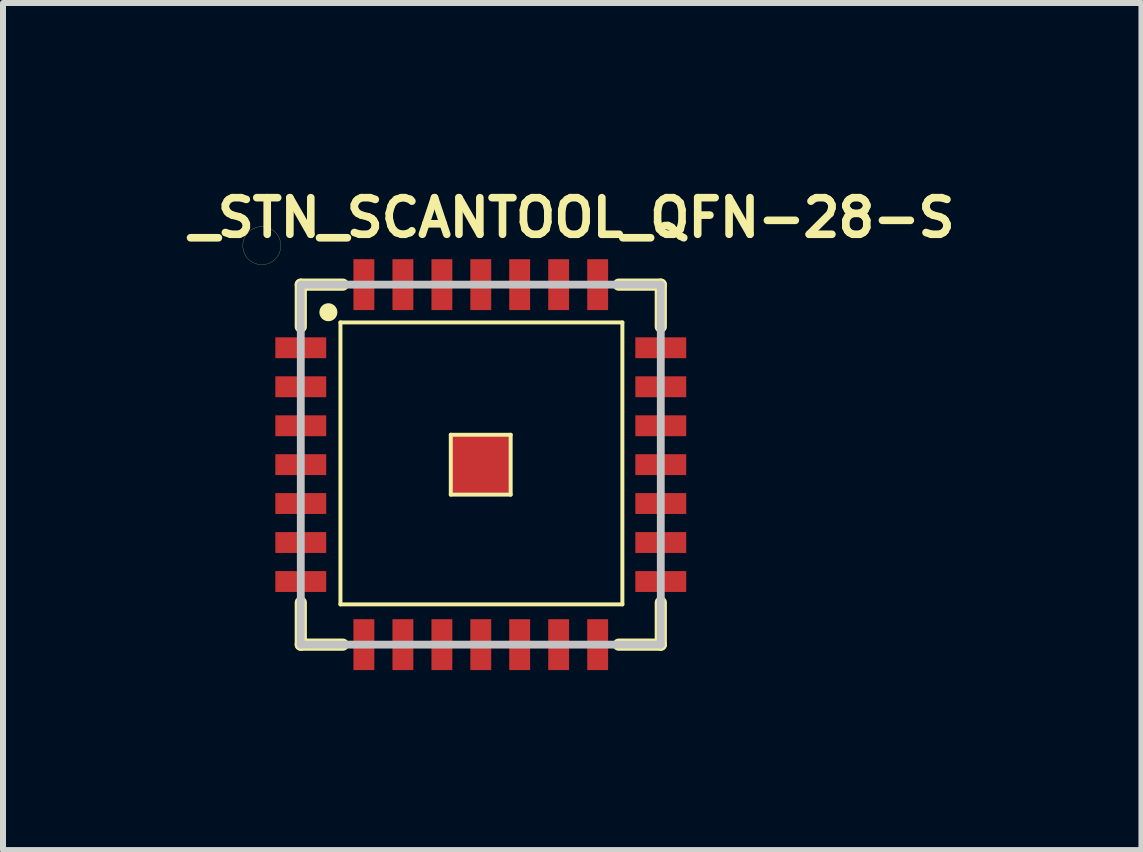
<source format=kicad_pcb>
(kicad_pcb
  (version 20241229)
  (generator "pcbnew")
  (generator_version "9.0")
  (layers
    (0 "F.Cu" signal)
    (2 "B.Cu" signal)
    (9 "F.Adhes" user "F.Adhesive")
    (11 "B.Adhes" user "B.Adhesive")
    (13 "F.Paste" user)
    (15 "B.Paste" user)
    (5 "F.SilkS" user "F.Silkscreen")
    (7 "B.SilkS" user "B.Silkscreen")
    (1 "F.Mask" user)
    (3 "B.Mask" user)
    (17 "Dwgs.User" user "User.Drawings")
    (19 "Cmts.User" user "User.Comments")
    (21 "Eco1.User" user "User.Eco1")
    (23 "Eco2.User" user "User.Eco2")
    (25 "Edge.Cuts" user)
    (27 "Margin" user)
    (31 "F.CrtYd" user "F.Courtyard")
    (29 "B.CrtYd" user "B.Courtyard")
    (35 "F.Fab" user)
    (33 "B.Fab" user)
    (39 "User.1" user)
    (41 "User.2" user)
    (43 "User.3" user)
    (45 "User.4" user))
  (footprint "_STN_SCANTOOL_QFN-28-S"
    (layer "F.Cu")
    (at 4.963 4.694)
    (property "Reference" "_STN_SCANTOOL_QFN-28-S" (at 1.524 -4.115 0) (layer "F.SilkS") (effects (font (size 0.61 0.61) (thickness 0.127))))
    (attr smd)
    (fp_line (start -3.967 -3.65) (end -3.96 -3.579) (stroke (width 0.003) (type solid)) (layer "F.SilkS"))
    (fp_line (start -3.96 -3.721) (end -3.967 -3.65) (stroke (width 0.003) (type solid)) (layer "F.SilkS"))
    (fp_line (start -3.96 -3.579) (end -3.937 -3.513) (stroke (width 0.003) (type solid)) (layer "F.SilkS"))
    (fp_line (start -3.937 -3.787) (end -3.96 -3.721) (stroke (width 0.003) (type solid)) (layer "F.SilkS"))
    (fp_line (start -3.937 -3.513) (end -3.899 -3.452) (stroke (width 0.003) (type solid)) (layer "F.SilkS"))
    (fp_line (start -3.899 -3.848) (end -3.937 -3.787) (stroke (width 0.003) (type solid)) (layer "F.SilkS"))
    (fp_line (start -3.899 -3.452) (end -3.848 -3.401) (stroke (width 0.003) (type solid)) (layer "F.SilkS"))
    (fp_line (start -3.848 -3.899) (end -3.899 -3.848) (stroke (width 0.003) (type solid)) (layer "F.SilkS"))
    (fp_line (start -3.848 -3.401) (end -3.787 -3.363) (stroke (width 0.003) (type solid)) (layer "F.SilkS"))
    (fp_line (start -3.787 -3.937) (end -3.848 -3.899) (stroke (width 0.003) (type solid)) (layer "F.SilkS"))
    (fp_line (start -3.787 -3.363) (end -3.721 -3.34) (stroke (width 0.003) (type solid)) (layer "F.SilkS"))
    (fp_line (start -3.721 -3.96) (end -3.787 -3.937) (stroke (width 0.003) (type solid)) (layer "F.SilkS"))
    (fp_line (start -3.721 -3.34) (end -3.65 -3.332) (stroke (width 0.003) (type solid)) (layer "F.SilkS"))
    (fp_line (start -3.65 -3.967) (end -3.721 -3.96) (stroke (width 0.003) (type solid)) (layer "F.SilkS"))
    (fp_line (start -3.65 -3.332) (end -3.579 -3.34) (stroke (width 0.003) (type solid)) (layer "F.SilkS"))
    (fp_line (start -3.579 -3.96) (end -3.65 -3.967) (stroke (width 0.003) (type solid)) (layer "F.SilkS"))
    (fp_line (start -3.579 -3.34) (end -3.513 -3.363) (stroke (width 0.003) (type solid)) (layer "F.SilkS"))
    (fp_line (start -3.513 -3.937) (end -3.579 -3.96) (stroke (width 0.003) (type solid)) (layer "F.SilkS"))
    (fp_line (start -3.513 -3.363) (end -3.452 -3.401) (stroke (width 0.003) (type solid)) (layer "F.SilkS"))
    (fp_line (start -3.452 -3.899) (end -3.513 -3.937) (stroke (width 0.003) (type solid)) (layer "F.SilkS"))
    (fp_line (start -3.452 -3.401) (end -3.401 -3.452) (stroke (width 0.003) (type solid)) (layer "F.SilkS"))
    (fp_line (start -3.401 -3.848) (end -3.452 -3.899) (stroke (width 0.003) (type solid)) (layer "F.SilkS"))
    (fp_line (start -3.401 -3.452) (end -3.363 -3.513) (stroke (width 0.003) (type solid)) (layer "F.SilkS"))
    (fp_line (start -3.363 -3.787) (end -3.401 -3.848) (stroke (width 0.003) (type solid)) (layer "F.SilkS"))
    (fp_line (start -3.363 -3.513) (end -3.34 -3.579) (stroke (width 0.003) (type solid)) (layer "F.SilkS"))
    (fp_line (start -3.34 -3.721) (end -3.363 -3.787) (stroke (width 0.003) (type solid)) (layer "F.SilkS"))
    (fp_line (start -3.34 -3.579) (end -3.332 -3.65) (stroke (width 0.003) (type solid)) (layer "F.SilkS"))
    (fp_line (start -3.332 -3.65) (end -3.34 -3.721) (stroke (width 0.003) (type solid)) (layer "F.SilkS"))
    (fp_line (start -3 -3) (end -2.299 -3) (stroke (width 0.203) (type solid)) (layer "F.SilkS"))
    (fp_line (start -3 -2.299) (end -3 -3) (stroke (width 0.203) (type solid)) (layer "F.SilkS"))
    (fp_line (start -3 3) (end -3 2.299) (stroke (width 0.203) (type solid)) (layer "F.SilkS"))
    (fp_line (start -2.339 -2.37) (end 2.36 -2.37) (stroke (width 0.066) (type solid)) (layer "F.SilkS"))
    (fp_line (start -2.339 2.329) (end -2.339 -2.37) (stroke (width 0.066) (type solid)) (layer "F.SilkS"))
    (fp_line (start -2.339 2.329) (end 2.36 2.329) (stroke (width 0.066) (type solid)) (layer "F.SilkS"))
    (fp_line (start -2.299 3) (end -3 3) (stroke (width 0.203) (type solid)) (layer "F.SilkS"))
    (fp_line (start -0.5 -0.498) (end 0.498 -0.498) (stroke (width 0.066) (type solid)) (layer "F.SilkS"))
    (fp_line (start -0.5 0.5) (end -0.5 -0.498) (stroke (width 0.066) (type solid)) (layer "F.SilkS"))
    (fp_line (start -0.5 0.5) (end 0.498 0.5) (stroke (width 0.066) (type solid)) (layer "F.SilkS"))
    (fp_line (start 0.498 0.5) (end 0.498 -0.498) (stroke (width 0.066) (type solid)) (layer "F.SilkS"))
    (fp_line (start 2.299 -3) (end 3 -3) (stroke (width 0.203) (type solid)) (layer "F.SilkS"))
    (fp_line (start 2.36 2.329) (end 2.36 -2.37) (stroke (width 0.066) (type solid)) (layer "F.SilkS"))
    (fp_line (start 3 -3) (end 3 -2.299) (stroke (width 0.203) (type solid)) (layer "F.SilkS"))
    (fp_line (start 3 2.299) (end 3 3) (stroke (width 0.203) (type solid)) (layer "F.SilkS"))
    (fp_line (start 3 3) (end 2.299 3) (stroke (width 0.203) (type solid)) (layer "F.SilkS"))
    (fp_circle (center -2.54 -2.54) (end -2.54 -2.69) (stroke (width 0) (type solid)) (fill yes) (layer "F.SilkS"))
    (fp_line (start -3 -3) (end -3 3) (stroke (width 0.13) (type solid)) (layer "Dwgs.User"))
    (fp_line (start -3 3) (end 3 3) (stroke (width 0.13) (type solid)) (layer "Dwgs.User"))
    (fp_line (start 3 -3) (end -3 -3) (stroke (width 0.13) (type solid)) (layer "Dwgs.User"))
    (fp_line (start 3 3) (end 3 -3) (stroke (width 0.13) (type solid)) (layer "Dwgs.User"))
    (pad "1" smd rect (at -3 -1.948) (size 0.848 0.348) (layers "F.Cu" "F.Mask" "F.Paste"))
    (pad "2" smd rect (at -3 -1.298) (size 0.848 0.348) (layers "F.Cu" "F.Mask" "F.Paste"))
    (pad "3" smd rect (at -3 -0.648) (size 0.848 0.348) (layers "F.Cu" "F.Mask" "F.Paste"))
    (pad "4" smd rect (at -3 0) (size 0.848 0.348) (layers "F.Cu" "F.Mask" "F.Paste"))
    (pad "5" smd rect (at -3 0.648) (size 0.848 0.348) (layers "F.Cu" "F.Mask" "F.Paste"))
    (pad "6" smd rect (at -3 1.298) (size 0.848 0.348) (layers "F.Cu" "F.Mask" "F.Paste"))
    (pad "7" smd rect (at -3 1.948) (size 0.848 0.348) (layers "F.Cu" "F.Mask" "F.Paste"))
    (pad "8" smd rect (at -1.948 3) (size 0.348 0.848) (layers "F.Cu" "F.Mask" "F.Paste"))
    (pad "9" smd rect (at -1.298 3) (size 0.348 0.848) (layers "F.Cu" "F.Mask" "F.Paste"))
    (pad "10" smd rect (at -0.648 3) (size 0.348 0.848) (layers "F.Cu" "F.Mask" "F.Paste"))
    (pad "11" smd rect (at 0 3) (size 0.348 0.848) (layers "F.Cu" "F.Mask" "F.Paste"))
    (pad "12" smd rect (at 0.648 3) (size 0.348 0.848) (layers "F.Cu" "F.Mask" "F.Paste"))
    (pad "13" smd rect (at 1.298 3) (size 0.348 0.848) (layers "F.Cu" "F.Mask" "F.Paste"))
    (pad "14" smd rect (at 1.948 3) (size 0.348 0.848) (layers "F.Cu" "F.Mask" "F.Paste"))
    (pad "15" smd rect (at 3 1.948) (size 0.848 0.348) (layers "F.Cu" "F.Mask" "F.Paste"))
    (pad "16" smd rect (at 3 1.298) (size 0.848 0.348) (layers "F.Cu" "F.Mask" "F.Paste"))
    (pad "17" smd rect (at 3 0.648) (size 0.848 0.348) (layers "F.Cu" "F.Mask" "F.Paste"))
    (pad "18" smd rect (at 3 0) (size 0.848 0.348) (layers "F.Cu" "F.Mask" "F.Paste"))
    (pad "19" smd rect (at 3 -0.648) (size 0.848 0.348) (layers "F.Cu" "F.Mask" "F.Paste"))
    (pad "20" smd rect (at 3 -1.298) (size 0.848 0.348) (layers "F.Cu" "F.Mask" "F.Paste"))
    (pad "21" smd rect (at 3 -1.948) (size 0.848 0.348) (layers "F.Cu" "F.Mask" "F.Paste"))
    (pad "22" smd rect (at 1.948 -3) (size 0.348 0.848) (layers "F.Cu" "F.Mask" "F.Paste"))
    (pad "23" smd rect (at 1.298 -3) (size 0.348 0.848) (layers "F.Cu" "F.Mask" "F.Paste"))
    (pad "24" smd rect (at 0.648 -3) (size 0.348 0.848) (layers "F.Cu" "F.Mask" "F.Paste"))
    (pad "25" smd rect (at 0 -3) (size 0.348 0.848) (layers "F.Cu" "F.Mask" "F.Paste"))
    (pad "26" smd rect (at -0.648 -3) (size 0.348 0.848) (layers "F.Cu" "F.Mask" "F.Paste"))
    (pad "27" smd rect (at -1.298 -3) (size 0.348 0.848) (layers "F.Cu" "F.Mask" "F.Paste"))
    (pad "28" smd rect (at -1.948 -3) (size 0.348 0.848) (layers "F.Cu" "F.Mask" "F.Paste"))
    (pad "EXP" smd rect (at 0 0) (size 0.998 0.998) (layers "F.Cu" "F.Mask" "F.Paste")))
  (gr_rect
    (start -3 -3)
    (end 15.974 11.118)
    (stroke (width 0.1) (type default))
    (fill no)
    (layer "Edge.Cuts")))
</source>
